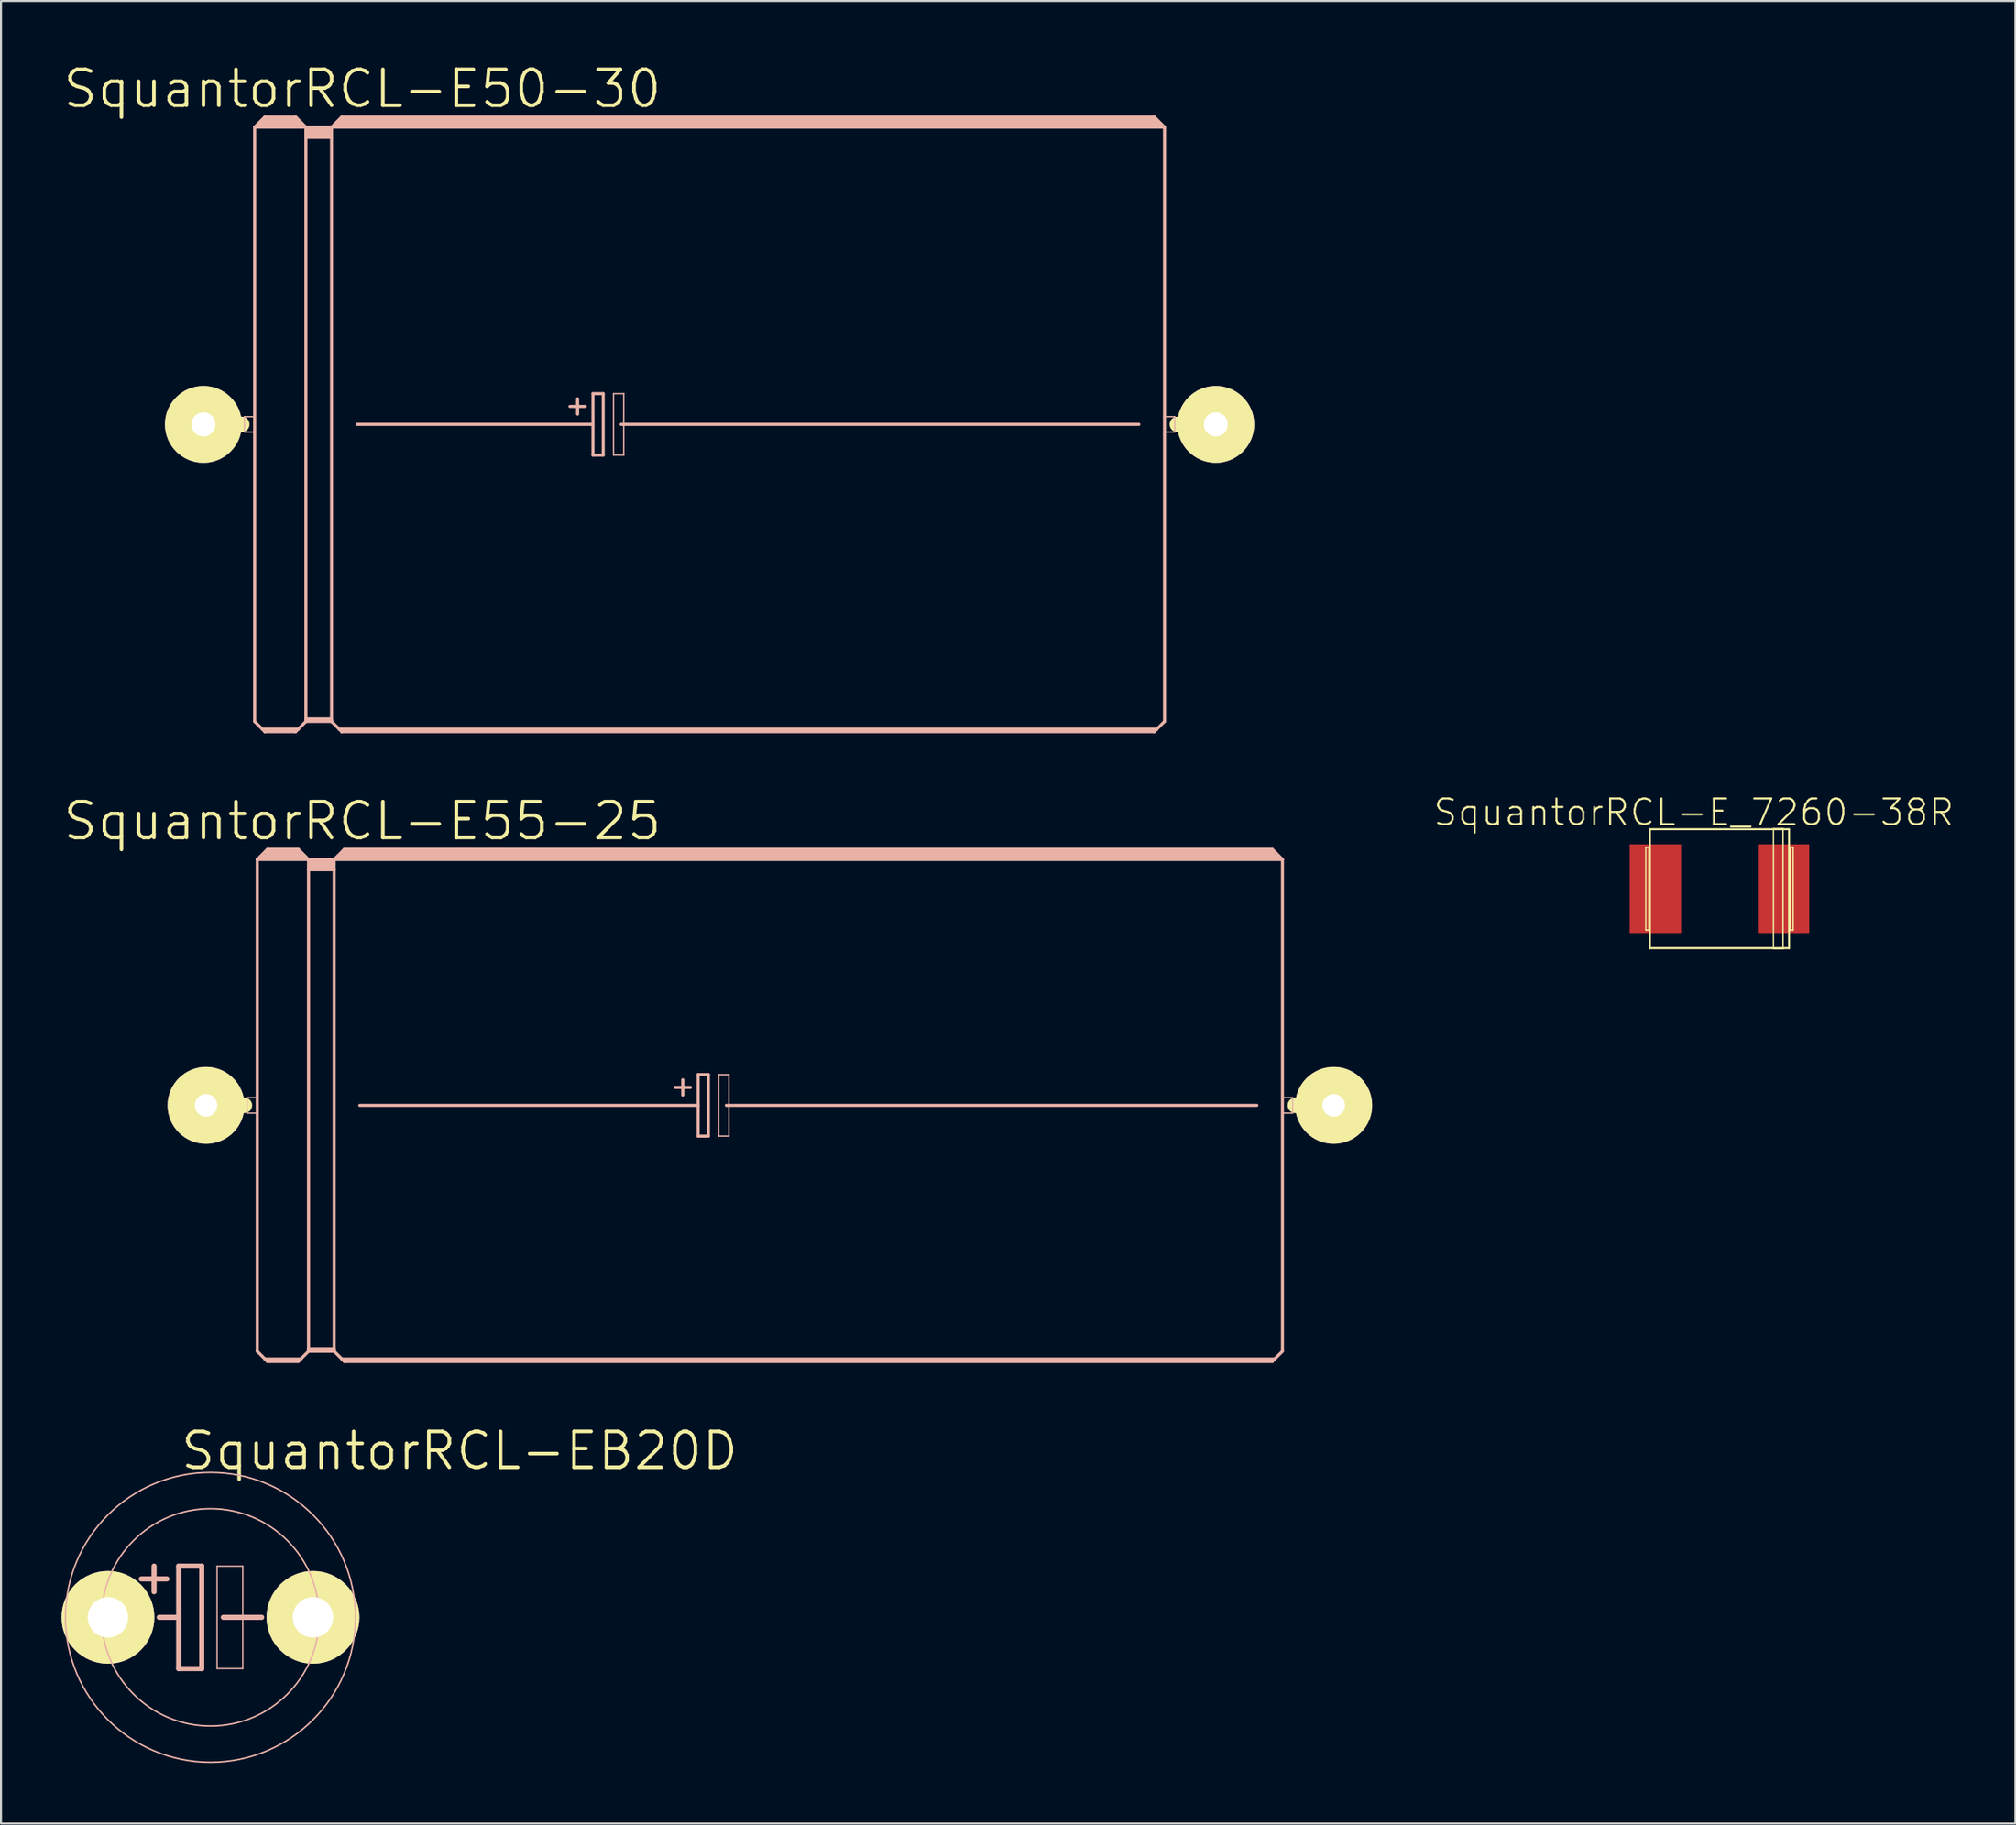
<source format=kicad_pcb>
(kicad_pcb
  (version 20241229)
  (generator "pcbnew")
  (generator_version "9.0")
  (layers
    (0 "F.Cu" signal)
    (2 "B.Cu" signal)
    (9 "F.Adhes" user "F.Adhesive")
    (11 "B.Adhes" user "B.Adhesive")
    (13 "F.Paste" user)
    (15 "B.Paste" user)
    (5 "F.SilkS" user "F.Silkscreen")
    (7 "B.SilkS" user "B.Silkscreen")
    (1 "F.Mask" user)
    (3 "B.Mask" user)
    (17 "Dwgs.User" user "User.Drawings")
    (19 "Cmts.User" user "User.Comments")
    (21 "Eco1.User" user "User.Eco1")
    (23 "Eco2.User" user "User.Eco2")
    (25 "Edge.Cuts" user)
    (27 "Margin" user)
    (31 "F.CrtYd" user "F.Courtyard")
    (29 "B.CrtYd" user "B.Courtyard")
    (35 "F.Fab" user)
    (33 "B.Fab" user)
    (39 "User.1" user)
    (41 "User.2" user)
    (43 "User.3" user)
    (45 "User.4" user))
  (footprint "SquantorRCL-EB20D"
    (layer "F.Cu")
    (at 7.379 77.138)
    (property "Reference" "SquantorRCL-EB20D" (at 12.344 -8.255 0) (layer "F.SilkS") (effects (font (size 1.778 1.778) (thickness 0.178))))
    (attr exclude_from_pos_files exclude_from_bom)
    (fp_line (start -2.794 -2.54) (end -2.794 -1.27) (stroke (width 0.254) (type solid)) (layer "B.SilkS"))
    (fp_line (start -2.54 0) (end -1.575 0) (stroke (width 0.254) (type solid)) (layer "B.SilkS"))
    (fp_line (start -2.159 -1.905) (end -3.429 -1.905) (stroke (width 0.254) (type solid)) (layer "B.SilkS"))
    (fp_line (start -1.575 -2.54) (end -0.432 -2.54) (stroke (width 0.254) (type solid)) (layer "B.SilkS"))
    (fp_line (start -1.575 0) (end -1.575 -2.54) (stroke (width 0.254) (type solid)) (layer "B.SilkS"))
    (fp_line (start -1.575 2.54) (end -1.575 0) (stroke (width 0.254) (type solid)) (layer "B.SilkS"))
    (fp_line (start -0.432 -2.54) (end -0.432 2.54) (stroke (width 0.254) (type solid)) (layer "B.SilkS"))
    (fp_line (start -0.432 2.54) (end -1.575 2.54) (stroke (width 0.254) (type solid)) (layer "B.SilkS"))
    (fp_line (start 0.33 -2.54) (end 1.6 -2.54) (stroke (width 0.066) (type solid)) (layer "B.SilkS"))
    (fp_line (start 0.33 2.54) (end 0.33 -2.54) (stroke (width 0.066) (type solid)) (layer "B.SilkS"))
    (fp_line (start 0.33 2.54) (end 1.6 2.54) (stroke (width 0.066) (type solid)) (layer "B.SilkS"))
    (fp_line (start 0.635 0) (end 2.54 0) (stroke (width 0.254) (type solid)) (layer "B.SilkS"))
    (fp_line (start 1.6 2.54) (end 1.6 -2.54) (stroke (width 0.066) (type solid)) (layer "B.SilkS"))
    (fp_circle (center 0 0) (end -5.08 5.08) (stroke (width 0.076) (type solid)) (fill no) (layer "B.SilkS"))
    (fp_circle (center 0 0) (end -3.81 3.81) (stroke (width 0.076) (type solid)) (fill no) (layer "B.SilkS"))
    (pad "+" thru_hole circle (at -5.08 0) (size 4.597 4.597) (drill 2.007) (layers "*.Cu" "F.Mask" "F.SilkS" "F.Paste"))
    (pad "-" thru_hole circle (at 5.08 0) (size 4.597 4.597) (drill 2.007) (layers "*.Cu" "F.Mask" "F.SilkS" "F.Paste")))
  (footprint "SquantorRCL-E55-25"
    (layer "F.Cu")
    (at 35.099 51.755)
    (property "Reference" "SquantorRCL-E55-25" (at -20.193 -14.097 0) (layer "F.SilkS") (effects (font (size 1.778 1.778) (thickness 0.178))))
    (attr exclude_from_pos_files exclude_from_bom)
    (fp_line (start -27.94 0) (end -26.035 0) (stroke (width 0.762) (type solid)) (layer "F.SilkS"))
    (fp_line (start 27.94 0) (end 26.035 0) (stroke (width 0.762) (type solid)) (layer "F.SilkS"))
    (fp_line (start -25.908 -0.381) (end -25.4 -0.381) (stroke (width 0.066) (type solid)) (layer "B.SilkS"))
    (fp_line (start -25.908 0.381) (end -25.908 -0.381) (stroke (width 0.066) (type solid)) (layer "B.SilkS"))
    (fp_line (start -25.908 0.381) (end -25.4 0.381) (stroke (width 0.066) (type solid)) (layer "B.SilkS"))
    (fp_line (start -25.4 -12.192) (end -25.4 12.192) (stroke (width 0.152) (type solid)) (layer "B.SilkS"))
    (fp_line (start -25.4 -12.192) (end -24.892 -12.7) (stroke (width 0.152) (type solid)) (layer "B.SilkS"))
    (fp_line (start -25.4 -12.192) (end -22.86 -12.192) (stroke (width 0.152) (type solid)) (layer "B.SilkS"))
    (fp_line (start -25.4 0.381) (end -25.4 -0.381) (stroke (width 0.066) (type solid)) (layer "B.SilkS"))
    (fp_line (start -25.4 12.192) (end -25.019 12.573) (stroke (width 0.152) (type solid)) (layer "B.SilkS"))
    (fp_line (start -25.146 -12.319) (end -23.114 -12.319) (stroke (width 0.305) (type solid)) (layer "B.SilkS"))
    (fp_line (start -25.019 12.573) (end -24.892 12.7) (stroke (width 0.152) (type solid)) (layer "B.SilkS"))
    (fp_line (start -25.019 12.573) (end -23.241 12.573) (stroke (width 0.152) (type solid)) (layer "B.SilkS"))
    (fp_line (start -24.892 -12.7) (end -23.368 -12.7) (stroke (width 0.152) (type solid)) (layer "B.SilkS"))
    (fp_line (start -24.892 -12.573) (end -23.368 -12.573) (stroke (width 0.305) (type solid)) (layer "B.SilkS"))
    (fp_line (start -24.892 12.649) (end -23.368 12.649) (stroke (width 0.152) (type solid)) (layer "B.SilkS"))
    (fp_line (start -24.892 12.7) (end -24.892 12.649) (stroke (width 0.152) (type solid)) (layer "B.SilkS"))
    (fp_line (start -24.892 12.7) (end -23.368 12.7) (stroke (width 0.152) (type solid)) (layer "B.SilkS"))
    (fp_line (start -23.368 -12.7) (end -22.86 -12.192) (stroke (width 0.152) (type solid)) (layer "B.SilkS"))
    (fp_line (start -23.368 12.7) (end -23.241 12.573) (stroke (width 0.152) (type solid)) (layer "B.SilkS"))
    (fp_line (start -23.241 12.573) (end -22.86 12.192) (stroke (width 0.152) (type solid)) (layer "B.SilkS"))
    (fp_line (start -22.86 -12.192) (end -21.59 -12.192) (stroke (width 0.152) (type solid)) (layer "B.SilkS"))
    (fp_line (start -22.86 -11.684) (end -22.86 -12.192) (stroke (width 0.152) (type solid)) (layer "B.SilkS"))
    (fp_line (start -22.86 -11.684) (end -21.59 -11.684) (stroke (width 0.152) (type solid)) (layer "B.SilkS"))
    (fp_line (start -22.86 12.065) (end -22.86 -11.684) (stroke (width 0.152) (type solid)) (layer "B.SilkS"))
    (fp_line (start -22.86 12.065) (end -21.59 12.065) (stroke (width 0.152) (type solid)) (layer "B.SilkS"))
    (fp_line (start -22.86 12.141) (end -22.86 12.065) (stroke (width 0.152) (type solid)) (layer "B.SilkS"))
    (fp_line (start -22.86 12.141) (end -21.59 12.141) (stroke (width 0.152) (type solid)) (layer "B.SilkS"))
    (fp_line (start -22.86 12.192) (end -22.86 12.141) (stroke (width 0.152) (type solid)) (layer "B.SilkS"))
    (fp_line (start -22.86 12.192) (end -21.59 12.192) (stroke (width 0.152) (type solid)) (layer "B.SilkS"))
    (fp_line (start -22.733 -12.065) (end -21.717 -12.065) (stroke (width 0.305) (type solid)) (layer "B.SilkS"))
    (fp_line (start -22.733 -11.811) (end -21.717 -11.811) (stroke (width 0.305) (type solid)) (layer "B.SilkS"))
    (fp_line (start -21.59 -12.192) (end -21.082 -12.7) (stroke (width 0.152) (type solid)) (layer "B.SilkS"))
    (fp_line (start -21.59 -12.192) (end 25.4 -12.192) (stroke (width 0.152) (type solid)) (layer "B.SilkS"))
    (fp_line (start -21.59 -11.684) (end -21.59 -12.192) (stroke (width 0.152) (type solid)) (layer "B.SilkS"))
    (fp_line (start -21.59 12.065) (end -21.59 -11.684) (stroke (width 0.152) (type solid)) (layer "B.SilkS"))
    (fp_line (start -21.59 12.141) (end -21.59 12.065) (stroke (width 0.152) (type solid)) (layer "B.SilkS"))
    (fp_line (start -21.59 12.192) (end -21.59 12.141) (stroke (width 0.152) (type solid)) (layer "B.SilkS"))
    (fp_line (start -21.59 12.192) (end -21.209 12.573) (stroke (width 0.152) (type solid)) (layer "B.SilkS"))
    (fp_line (start -21.336 -12.319) (end 25.146 -12.319) (stroke (width 0.305) (type solid)) (layer "B.SilkS"))
    (fp_line (start -21.209 12.573) (end -21.082 12.7) (stroke (width 0.152) (type solid)) (layer "B.SilkS"))
    (fp_line (start -21.209 12.573) (end 25.019 12.573) (stroke (width 0.152) (type solid)) (layer "B.SilkS"))
    (fp_line (start -21.082 -12.7) (end 24.892 -12.7) (stroke (width 0.152) (type solid)) (layer "B.SilkS"))
    (fp_line (start -21.082 -12.573) (end 24.892 -12.573) (stroke (width 0.305) (type solid)) (layer "B.SilkS"))
    (fp_line (start -21.082 12.649) (end 24.892 12.649) (stroke (width 0.152) (type solid)) (layer "B.SilkS"))
    (fp_line (start -21.082 12.7) (end -21.082 12.649) (stroke (width 0.152) (type solid)) (layer "B.SilkS"))
    (fp_line (start -21.082 12.7) (end 24.892 12.7) (stroke (width 0.152) (type solid)) (layer "B.SilkS"))
    (fp_line (start -20.32 0) (end -3.556 0) (stroke (width 0.152) (type solid)) (layer "B.SilkS"))
    (fp_line (start -4.699 -0.889) (end -3.937 -0.889) (stroke (width 0.152) (type solid)) (layer "B.SilkS"))
    (fp_line (start -4.318 -1.27) (end -4.318 -0.508) (stroke (width 0.152) (type solid)) (layer "B.SilkS"))
    (fp_line (start -3.556 -1.524) (end -3.556 0) (stroke (width 0.152) (type solid)) (layer "B.SilkS"))
    (fp_line (start -3.556 0) (end -3.556 1.524) (stroke (width 0.152) (type solid)) (layer "B.SilkS"))
    (fp_line (start -3.556 1.524) (end -3.048 1.524) (stroke (width 0.152) (type solid)) (layer "B.SilkS"))
    (fp_line (start -3.048 -1.524) (end -3.556 -1.524) (stroke (width 0.152) (type solid)) (layer "B.SilkS"))
    (fp_line (start -3.048 1.524) (end -3.048 -1.524) (stroke (width 0.152) (type solid)) (layer "B.SilkS"))
    (fp_line (start -2.54 -1.524) (end -2.032 -1.524) (stroke (width 0.066) (type solid)) (layer "B.SilkS"))
    (fp_line (start -2.54 1.524) (end -2.54 -1.524) (stroke (width 0.066) (type solid)) (layer "B.SilkS"))
    (fp_line (start -2.54 1.524) (end -2.032 1.524) (stroke (width 0.066) (type solid)) (layer "B.SilkS"))
    (fp_line (start -2.159 0) (end 24.13 0) (stroke (width 0.152) (type solid)) (layer "B.SilkS"))
    (fp_line (start -2.032 1.524) (end -2.032 -1.524) (stroke (width 0.066) (type solid)) (layer "B.SilkS"))
    (fp_line (start 24.892 -12.7) (end 25.4 -12.192) (stroke (width 0.152) (type solid)) (layer "B.SilkS"))
    (fp_line (start 24.892 12.7) (end 25.019 12.573) (stroke (width 0.152) (type solid)) (layer "B.SilkS"))
    (fp_line (start 25.019 12.573) (end 25.4 12.192) (stroke (width 0.152) (type solid)) (layer "B.SilkS"))
    (fp_line (start 25.4 -12.192) (end 25.4 12.192) (stroke (width 0.152) (type solid)) (layer "B.SilkS"))
    (fp_line (start 25.4 -0.381) (end 25.908 -0.381) (stroke (width 0.066) (type solid)) (layer "B.SilkS"))
    (fp_line (start 25.4 0.381) (end 25.4 -0.381) (stroke (width 0.066) (type solid)) (layer "B.SilkS"))
    (fp_line (start 25.4 0.381) (end 25.908 0.381) (stroke (width 0.066) (type solid)) (layer "B.SilkS"))
    (fp_line (start 25.908 0.381) (end 25.908 -0.381) (stroke (width 0.066) (type solid)) (layer "B.SilkS"))
    (pad "+" thru_hole circle (at -27.94 0) (size 3.81 3.81) (drill 1.118) (layers "*.Cu" "F.Mask" "F.SilkS" "F.Paste"))
    (pad "-" thru_hole circle (at 27.94 0) (size 3.81 3.81) (drill 1.118) (layers "*.Cu" "F.Mask" "F.SilkS" "F.Paste")))
  (footprint "SquantorRCL-E_7260-38R"
    (layer "F.Cu")
    (at 82.153 41.011)
    (property "Reference" "SquantorRCL-E_7260-38R" (at -1.273 -3.785 0) (layer "F.SilkS") (effects (font (size 1.27 1.27) (thickness 0.102))))
    (attr smd)
    (fp_line (start -3.65 -2.05) (end -3.498 -2.05) (stroke (width 0.066) (type solid)) (layer "F.SilkS"))
    (fp_line (start -3.65 2.05) (end -3.65 -2.05) (stroke (width 0.066) (type solid)) (layer "F.SilkS"))
    (fp_line (start -3.65 2.05) (end -3.498 2.05) (stroke (width 0.066) (type solid)) (layer "F.SilkS"))
    (fp_line (start -3.498 2.05) (end -3.498 -2.05) (stroke (width 0.066) (type solid)) (layer "F.SilkS"))
    (fp_line (start -3.449 -2.949) (end 3.449 -2.949) (stroke (width 0.102) (type solid)) (layer "F.SilkS"))
    (fp_line (start -3.449 2.949) (end -3.449 -2.949) (stroke (width 0.102) (type solid)) (layer "F.SilkS"))
    (fp_line (start 2.675 -2.974) (end 3.15 -2.974) (stroke (width 0.066) (type solid)) (layer "F.SilkS"))
    (fp_line (start 2.675 2.974) (end 2.675 -2.974) (stroke (width 0.066) (type solid)) (layer "F.SilkS"))
    (fp_line (start 2.675 2.974) (end 3.15 2.974) (stroke (width 0.066) (type solid)) (layer "F.SilkS"))
    (fp_line (start 3.15 2.974) (end 3.15 -2.974) (stroke (width 0.066) (type solid)) (layer "F.SilkS"))
    (fp_line (start 3.449 -2.949) (end 3.449 2.949) (stroke (width 0.102) (type solid)) (layer "F.SilkS"))
    (fp_line (start 3.449 2.949) (end -3.449 2.949) (stroke (width 0.102) (type solid)) (layer "F.SilkS"))
    (fp_line (start 3.498 -2.05) (end 3.65 -2.05) (stroke (width 0.066) (type solid)) (layer "F.SilkS"))
    (fp_line (start 3.498 2.05) (end 3.498 -2.05) (stroke (width 0.066) (type solid)) (layer "F.SilkS"))
    (fp_line (start 3.498 2.05) (end 3.65 2.05) (stroke (width 0.066) (type solid)) (layer "F.SilkS"))
    (fp_line (start 3.65 2.05) (end 3.65 -2.05) (stroke (width 0.066) (type solid)) (layer "F.SilkS"))
    (pad "+" smd rect (at 3.175 0) (size 2.548 4.399) (layers "F.Cu" "F.Mask" "F.Paste"))
    (pad "-" smd rect (at -3.175 0) (size 2.548 4.399) (layers "F.Cu" "F.Mask" "F.Paste")))
  (footprint "SquantorRCL-E50-30"
    (layer "F.Cu")
    (at 32.429 17.989)
    (property "Reference" "SquantorRCL-E50-30" (at -17.523 -16.637 0) (layer "F.SilkS") (effects (font (size 1.778 1.778) (thickness 0.178))))
    (attr exclude_from_pos_files exclude_from_bom)
    (fp_line (start -25.4 0) (end -23.495 0) (stroke (width 0.762) (type solid)) (layer "F.SilkS"))
    (fp_line (start 24.765 0) (end 22.86 0) (stroke (width 0.762) (type solid)) (layer "F.SilkS"))
    (fp_line (start -23.368 -0.381) (end -22.86 -0.381) (stroke (width 0.066) (type solid)) (layer "B.SilkS"))
    (fp_line (start -23.368 0.381) (end -23.368 -0.381) (stroke (width 0.066) (type solid)) (layer "B.SilkS"))
    (fp_line (start -23.368 0.381) (end -22.86 0.381) (stroke (width 0.066) (type solid)) (layer "B.SilkS"))
    (fp_line (start -22.86 -14.732) (end -22.86 14.732) (stroke (width 0.152) (type solid)) (layer "B.SilkS"))
    (fp_line (start -22.86 -14.732) (end -22.352 -15.24) (stroke (width 0.152) (type solid)) (layer "B.SilkS"))
    (fp_line (start -22.86 -14.732) (end -20.32 -14.732) (stroke (width 0.152) (type solid)) (layer "B.SilkS"))
    (fp_line (start -22.86 0.381) (end -22.86 -0.381) (stroke (width 0.066) (type solid)) (layer "B.SilkS"))
    (fp_line (start -22.86 14.732) (end -22.479 15.113) (stroke (width 0.152) (type solid)) (layer "B.SilkS"))
    (fp_line (start -22.606 -14.859) (end -22.479 -14.859) (stroke (width 0.305) (type solid)) (layer "B.SilkS"))
    (fp_line (start -22.479 -14.859) (end -22.479 -14.986) (stroke (width 0.305) (type solid)) (layer "B.SilkS"))
    (fp_line (start -22.479 -14.859) (end -20.698 -14.859) (stroke (width 0.305) (type solid)) (layer "B.SilkS"))
    (fp_line (start -22.479 15.113) (end -22.352 15.24) (stroke (width 0.152) (type solid)) (layer "B.SilkS"))
    (fp_line (start -22.479 15.113) (end -20.698 15.113) (stroke (width 0.152) (type solid)) (layer "B.SilkS"))
    (fp_line (start -22.352 -15.24) (end -20.828 -15.24) (stroke (width 0.152) (type solid)) (layer "B.SilkS"))
    (fp_line (start -22.352 -15.113) (end -20.828 -15.113) (stroke (width 0.305) (type solid)) (layer "B.SilkS"))
    (fp_line (start -22.352 15.189) (end -20.828 15.189) (stroke (width 0.152) (type solid)) (layer "B.SilkS"))
    (fp_line (start -22.352 15.24) (end -22.352 15.189) (stroke (width 0.152) (type solid)) (layer "B.SilkS"))
    (fp_line (start -22.352 15.24) (end -20.828 15.24) (stroke (width 0.152) (type solid)) (layer "B.SilkS"))
    (fp_line (start -20.698 -14.859) (end -20.698 -14.986) (stroke (width 0.305) (type solid)) (layer "B.SilkS"))
    (fp_line (start -20.698 -14.859) (end -20.574 -14.859) (stroke (width 0.305) (type solid)) (layer "B.SilkS"))
    (fp_line (start -20.698 15.113) (end -20.828 15.24) (stroke (width 0.152) (type solid)) (layer "B.SilkS"))
    (fp_line (start -20.32 -14.732) (end -20.828 -15.24) (stroke (width 0.152) (type solid)) (layer "B.SilkS"))
    (fp_line (start -20.32 -14.732) (end -20.32 -14.224) (stroke (width 0.152) (type solid)) (layer "B.SilkS"))
    (fp_line (start -20.32 -14.732) (end -19.05 -14.732) (stroke (width 0.152) (type solid)) (layer "B.SilkS"))
    (fp_line (start -20.32 -14.224) (end -20.32 14.605) (stroke (width 0.152) (type solid)) (layer "B.SilkS"))
    (fp_line (start -20.32 -14.224) (end -19.05 -14.224) (stroke (width 0.152) (type solid)) (layer "B.SilkS"))
    (fp_line (start -20.32 14.605) (end -20.32 14.681) (stroke (width 0.152) (type solid)) (layer "B.SilkS"))
    (fp_line (start -20.32 14.605) (end -19.05 14.605) (stroke (width 0.152) (type solid)) (layer "B.SilkS"))
    (fp_line (start -20.32 14.681) (end -20.32 14.732) (stroke (width 0.152) (type solid)) (layer "B.SilkS"))
    (fp_line (start -20.32 14.681) (end -19.05 14.681) (stroke (width 0.152) (type solid)) (layer "B.SilkS"))
    (fp_line (start -20.32 14.732) (end -20.698 15.113) (stroke (width 0.152) (type solid)) (layer "B.SilkS"))
    (fp_line (start -20.32 14.732) (end -19.05 14.732) (stroke (width 0.152) (type solid)) (layer "B.SilkS"))
    (fp_line (start -20.193 -14.605) (end -19.177 -14.605) (stroke (width 0.305) (type solid)) (layer "B.SilkS"))
    (fp_line (start -20.193 -14.348) (end -19.177 -14.348) (stroke (width 0.305) (type solid)) (layer "B.SilkS"))
    (fp_line (start -19.05 -14.732) (end -19.05 -14.224) (stroke (width 0.152) (type solid)) (layer "B.SilkS"))
    (fp_line (start -19.05 -14.732) (end 22.225 -14.732) (stroke (width 0.152) (type solid)) (layer "B.SilkS"))
    (fp_line (start -19.05 -14.224) (end -19.05 14.605) (stroke (width 0.152) (type solid)) (layer "B.SilkS"))
    (fp_line (start -19.05 14.605) (end -19.05 14.681) (stroke (width 0.152) (type solid)) (layer "B.SilkS"))
    (fp_line (start -19.05 14.681) (end -19.05 14.732) (stroke (width 0.152) (type solid)) (layer "B.SilkS"))
    (fp_line (start -19.05 14.732) (end -18.669 15.113) (stroke (width 0.152) (type solid)) (layer "B.SilkS"))
    (fp_line (start -18.796 -14.859) (end -18.669 -14.859) (stroke (width 0.305) (type solid)) (layer "B.SilkS"))
    (fp_line (start -18.669 -14.859) (end -18.669 -14.986) (stroke (width 0.305) (type solid)) (layer "B.SilkS"))
    (fp_line (start -18.669 -14.859) (end 21.971 -14.859) (stroke (width 0.305) (type solid)) (layer "B.SilkS"))
    (fp_line (start -18.669 15.113) (end -18.542 15.24) (stroke (width 0.152) (type solid)) (layer "B.SilkS"))
    (fp_line (start -18.669 15.113) (end 21.844 15.113) (stroke (width 0.152) (type solid)) (layer "B.SilkS"))
    (fp_line (start -18.542 -15.24) (end -19.05 -14.732) (stroke (width 0.152) (type solid)) (layer "B.SilkS"))
    (fp_line (start -18.542 -15.24) (end 21.717 -15.24) (stroke (width 0.152) (type solid)) (layer "B.SilkS"))
    (fp_line (start -18.542 -15.113) (end 21.717 -15.113) (stroke (width 0.305) (type solid)) (layer "B.SilkS"))
    (fp_line (start -18.542 15.189) (end 21.717 15.189) (stroke (width 0.152) (type solid)) (layer "B.SilkS"))
    (fp_line (start -18.542 15.24) (end -18.542 15.189) (stroke (width 0.152) (type solid)) (layer "B.SilkS"))
    (fp_line (start -17.78 0) (end -6.096 0) (stroke (width 0.152) (type solid)) (layer "B.SilkS"))
    (fp_line (start -7.236 -0.889) (end -6.477 -0.889) (stroke (width 0.152) (type solid)) (layer "B.SilkS"))
    (fp_line (start -6.858 -1.27) (end -6.858 -0.508) (stroke (width 0.152) (type solid)) (layer "B.SilkS"))
    (fp_line (start -6.096 -1.524) (end -6.096 0) (stroke (width 0.152) (type solid)) (layer "B.SilkS"))
    (fp_line (start -6.096 0) (end -6.096 1.524) (stroke (width 0.152) (type solid)) (layer "B.SilkS"))
    (fp_line (start -6.096 1.524) (end -5.588 1.524) (stroke (width 0.152) (type solid)) (layer "B.SilkS"))
    (fp_line (start -5.588 -1.524) (end -6.096 -1.524) (stroke (width 0.152) (type solid)) (layer "B.SilkS"))
    (fp_line (start -5.588 1.524) (end -5.588 -1.524) (stroke (width 0.152) (type solid)) (layer "B.SilkS"))
    (fp_line (start -5.08 -1.524) (end -4.572 -1.524) (stroke (width 0.066) (type solid)) (layer "B.SilkS"))
    (fp_line (start -5.08 1.524) (end -5.08 -1.524) (stroke (width 0.066) (type solid)) (layer "B.SilkS"))
    (fp_line (start -5.08 1.524) (end -4.572 1.524) (stroke (width 0.066) (type solid)) (layer "B.SilkS"))
    (fp_line (start -4.699 0) (end 20.955 0) (stroke (width 0.152) (type solid)) (layer "B.SilkS"))
    (fp_line (start -4.572 1.524) (end -4.572 -1.524) (stroke (width 0.066) (type solid)) (layer "B.SilkS"))
    (fp_line (start 21.717 -15.24) (end 22.225 -14.732) (stroke (width 0.152) (type solid)) (layer "B.SilkS"))
    (fp_line (start 21.717 15.24) (end -18.542 15.24) (stroke (width 0.152) (type solid)) (layer "B.SilkS"))
    (fp_line (start 21.844 15.113) (end 21.717 15.24) (stroke (width 0.152) (type solid)) (layer "B.SilkS"))
    (fp_line (start 22.225 -14.732) (end 22.225 14.732) (stroke (width 0.152) (type solid)) (layer "B.SilkS"))
    (fp_line (start 22.225 -0.381) (end 22.733 -0.381) (stroke (width 0.066) (type solid)) (layer "B.SilkS"))
    (fp_line (start 22.225 0.381) (end 22.225 -0.381) (stroke (width 0.066) (type solid)) (layer "B.SilkS"))
    (fp_line (start 22.225 0.381) (end 22.733 0.381) (stroke (width 0.066) (type solid)) (layer "B.SilkS"))
    (fp_line (start 22.225 14.732) (end 21.844 15.113) (stroke (width 0.152) (type solid)) (layer "B.SilkS"))
    (fp_line (start 22.733 0.381) (end 22.733 -0.381) (stroke (width 0.066) (type solid)) (layer "B.SilkS"))
    (pad "+" thru_hole circle (at -25.4 0) (size 3.81 3.81) (drill 1.194) (layers "*.Cu" "F.Mask" "F.SilkS" "F.Paste"))
    (pad "-" thru_hole circle (at 24.765 0) (size 3.81 3.81) (drill 1.194) (layers "*.Cu" "F.Mask" "F.SilkS" "F.Paste")))
  (gr_rect
    (start -3 -3)
    (end 96.818 87.36)
    (stroke (width 0.1) (type default))
    (fill no)
    (layer "Edge.Cuts")))
</source>
